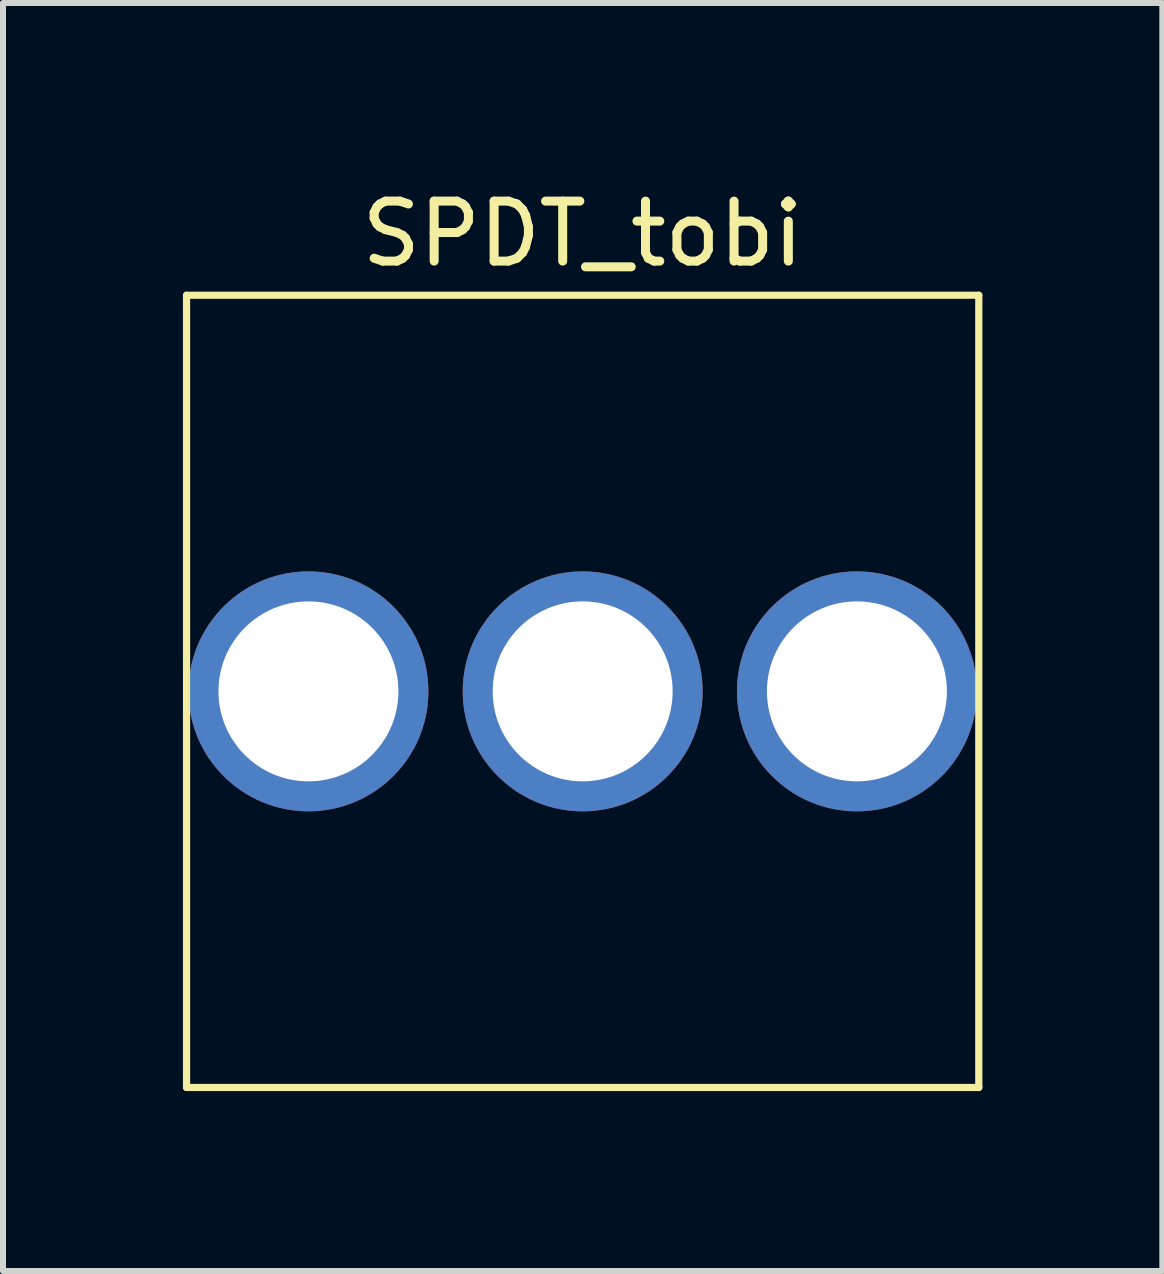
<source format=kicad_pcb>
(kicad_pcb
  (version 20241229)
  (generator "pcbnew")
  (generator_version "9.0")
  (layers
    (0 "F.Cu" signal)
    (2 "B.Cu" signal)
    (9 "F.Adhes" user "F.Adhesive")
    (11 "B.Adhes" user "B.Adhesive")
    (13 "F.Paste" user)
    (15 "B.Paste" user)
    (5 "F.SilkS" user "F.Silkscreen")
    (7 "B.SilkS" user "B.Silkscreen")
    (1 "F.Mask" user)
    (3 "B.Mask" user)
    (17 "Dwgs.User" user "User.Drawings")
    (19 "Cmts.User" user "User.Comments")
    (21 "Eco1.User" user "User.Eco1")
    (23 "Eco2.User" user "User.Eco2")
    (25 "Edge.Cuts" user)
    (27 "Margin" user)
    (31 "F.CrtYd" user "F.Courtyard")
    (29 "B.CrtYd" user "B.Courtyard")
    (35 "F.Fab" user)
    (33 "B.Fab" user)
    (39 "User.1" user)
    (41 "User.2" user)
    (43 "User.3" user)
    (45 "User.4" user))
  (footprint "SPDT_tobi"
    (layer "F.Cu")
    (at 6.664 0.348)
    (property "Reference" "SPDT_tobi" (at 0 0.5 0) (layer "F.SilkS") (effects (font (size 1 1) (thickness 0.15))))
    (attr through_hole)
    (fp_line (start -6.604 1.524) (end 6.604 1.524) (stroke (width 0.12) (type solid)) (layer "F.SilkS"))
    (fp_line (start -6.604 14.732) (end -6.604 1.524) (stroke (width 0.12) (type solid)) (layer "F.SilkS"))
    (fp_line (start 6.604 1.524) (end 6.604 14.732) (stroke (width 0.12) (type solid)) (layer "F.SilkS"))
    (fp_line (start 6.604 14.732) (end -6.604 14.732) (stroke (width 0.12) (type solid)) (layer "F.SilkS"))
    (pad "1" thru_hole circle (at -4.572 8.128) (size 4 4) (drill 3) (layers "*.Cu" "*.Mask"))
    (pad "2" thru_hole circle (at 0 8.128) (size 4 4) (drill 3) (layers "*.Cu" "*.Mask"))
    (pad "3" thru_hole circle (at 4.572 8.128) (size 4 4) (drill 3) (layers "*.Cu" "*.Mask")))
  (gr_rect
    (start -3 -3)
    (end 16.328 18.14)
    (stroke (width 0.1) (type default))
    (fill no)
    (layer "Edge.Cuts")))
</source>
